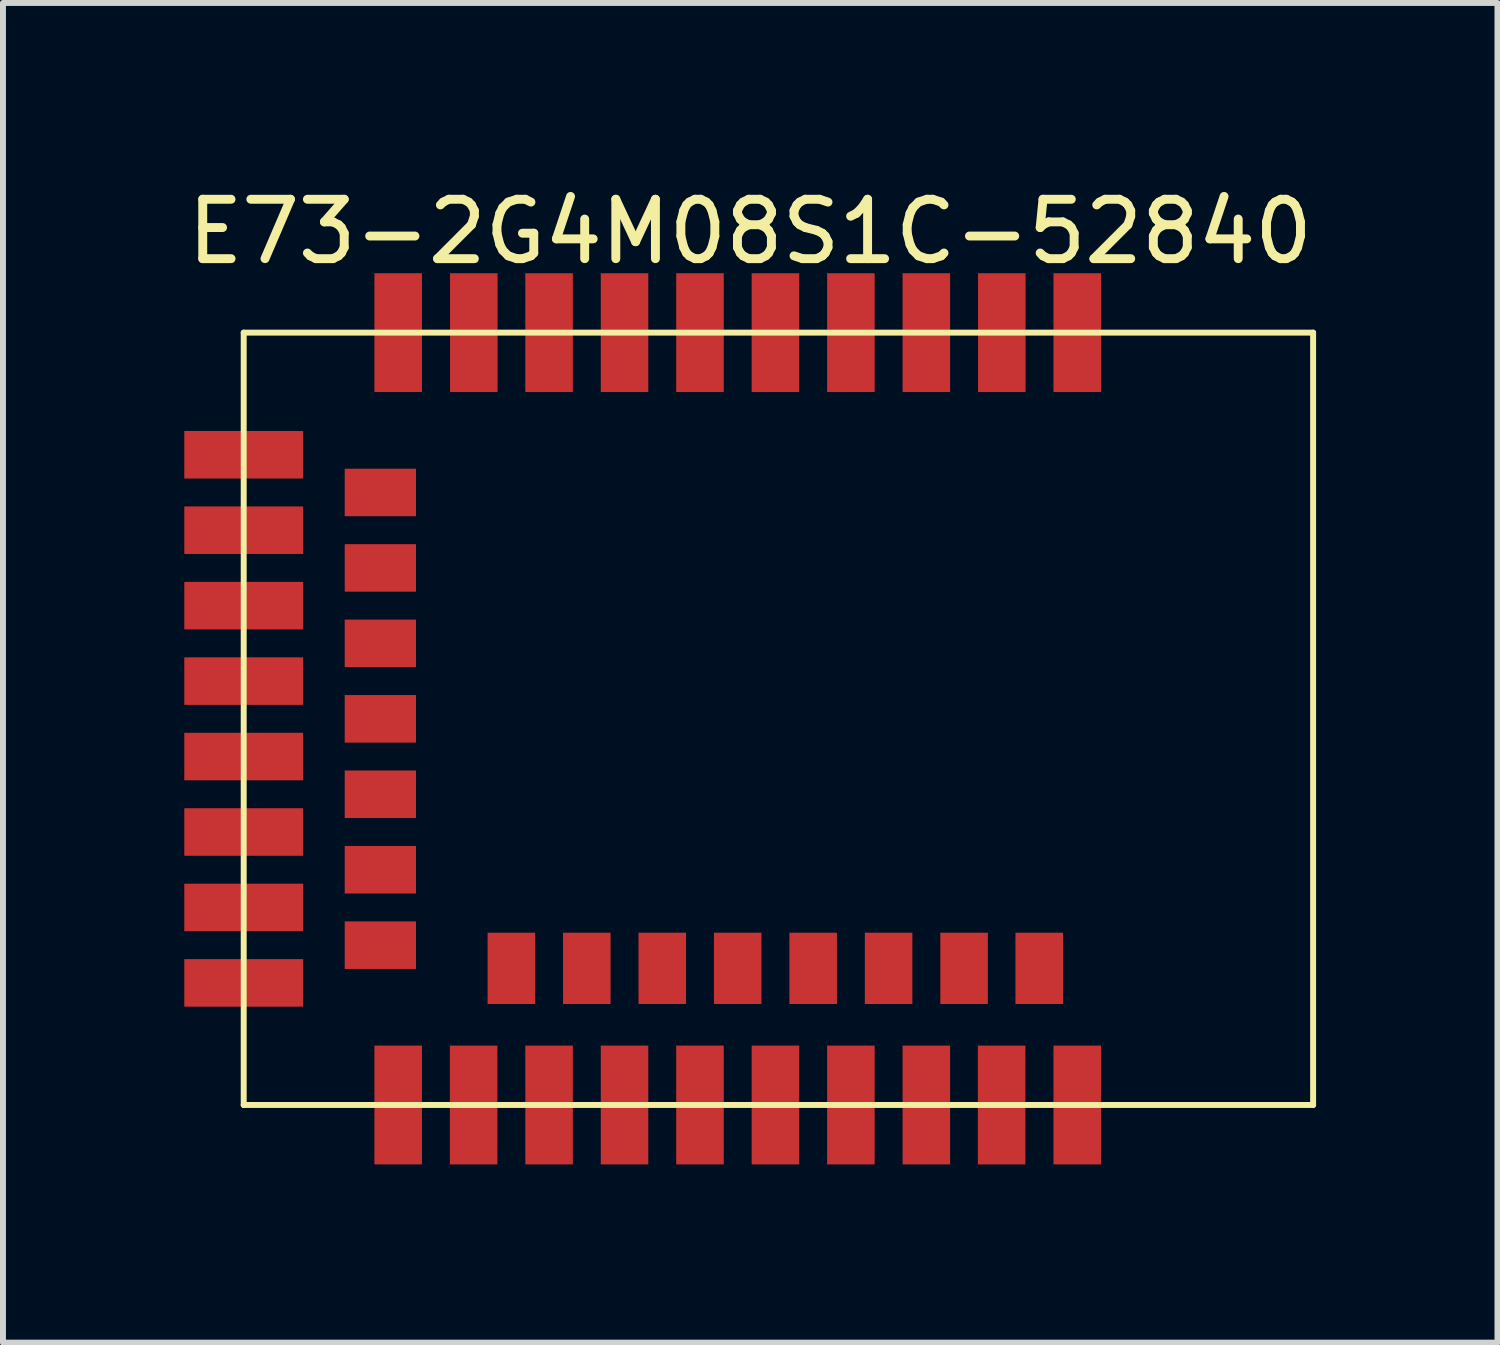
<source format=kicad_pcb>
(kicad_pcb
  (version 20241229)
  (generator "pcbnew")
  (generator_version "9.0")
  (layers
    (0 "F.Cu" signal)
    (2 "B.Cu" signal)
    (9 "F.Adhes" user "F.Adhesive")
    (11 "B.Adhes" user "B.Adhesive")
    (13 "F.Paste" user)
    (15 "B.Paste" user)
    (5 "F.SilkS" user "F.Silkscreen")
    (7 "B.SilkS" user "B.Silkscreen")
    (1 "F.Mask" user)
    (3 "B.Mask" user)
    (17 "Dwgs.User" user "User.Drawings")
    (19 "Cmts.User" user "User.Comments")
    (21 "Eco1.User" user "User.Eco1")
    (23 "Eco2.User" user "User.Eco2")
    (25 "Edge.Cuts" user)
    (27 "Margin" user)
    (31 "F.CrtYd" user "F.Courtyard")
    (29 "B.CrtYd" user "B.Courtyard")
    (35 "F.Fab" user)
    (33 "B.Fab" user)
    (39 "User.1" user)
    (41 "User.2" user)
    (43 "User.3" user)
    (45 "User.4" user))
  (footprint "E73-2G4M08S1C-52840"
    (layer "F.Cu")
    (at 10.052 9.049)
    (property "Reference" "E73-2G4M08S1C-52840" (at -0.475 -8.2 0) (layer "F.SilkS") (effects (font (size 1 1) (thickness 0.15))))
    (fp_line (start -9 -6.5) (end 9 -6.5) (stroke (width 0.1) (type solid)) (layer "F.SilkS"))
    (fp_line (start -9 6.5) (end -9 -6.5) (stroke (width 0.1) (type solid)) (layer "F.SilkS"))
    (fp_line (start -9 6.5) (end 9 6.5) (stroke (width 0.1) (type solid)) (layer "F.SilkS"))
    (fp_line (start 9 6.5) (end 9 -6.5) (stroke (width 0.1) (type solid)) (layer "F.SilkS"))
    (pad "1" smd rect (at 5.03 -6.5 270) (size 2 0.8) (layers "F.Cu" "F.Mask" "F.Paste"))
    (pad "2" smd rect (at 3.76 -6.5 270) (size 2 0.8) (layers "F.Cu" "F.Mask" "F.Paste"))
    (pad "3" smd rect (at 2.49 -6.5 270) (size 2 0.8) (layers "F.Cu" "F.Mask" "F.Paste"))
    (pad "4" smd rect (at 1.22 -6.5 270) (size 2 0.8) (layers "F.Cu" "F.Mask" "F.Paste"))
    (pad "5" smd rect (at -0.05 -6.5 270) (size 2 0.8) (layers "F.Cu" "F.Mask" "F.Paste"))
    (pad "6" smd rect (at -1.32 -6.5 270) (size 2 0.8) (layers "F.Cu" "F.Mask" "F.Paste"))
    (pad "7" smd rect (at -2.59 -6.5 270) (size 2 0.8) (layers "F.Cu" "F.Mask" "F.Paste"))
    (pad "8" smd rect (at -3.86 -6.5 270) (size 2 0.8) (layers "F.Cu" "F.Mask" "F.Paste"))
    (pad "9" smd rect (at -5.127 -6.5 270) (size 2 0.8) (layers "F.Cu" "F.Mask" "F.Paste"))
    (pad "10" smd rect (at -6.4 -6.5 270) (size 2 0.8) (layers "F.Cu" "F.Mask" "F.Paste"))
    (pad "11" smd rect (at -9 -4.445) (size 2 0.8) (layers "F.Cu" "F.Mask" "F.Paste"))
    (pad "12" smd rect (at -6.7 -3.81) (size 1.2 0.8) (layers "F.Cu" "F.Mask" "F.Paste"))
    (pad "13" smd rect (at -9 -3.175) (size 2 0.8) (layers "F.Cu" "F.Mask" "F.Paste"))
    (pad "14" smd rect (at -6.7 -2.54) (size 1.2 0.8) (layers "F.Cu" "F.Mask" "F.Paste"))
    (pad "15" smd rect (at -9 -1.905) (size 2 0.8) (layers "F.Cu" "F.Mask" "F.Paste"))
    (pad "16" smd rect (at -6.7 -1.27) (size 1.2 0.8) (layers "F.Cu" "F.Mask" "F.Paste"))
    (pad "17" smd rect (at -9 -0.635) (size 2 0.8) (layers "F.Cu" "F.Mask" "F.Paste"))
    (pad "18" smd rect (at -6.7 0.00025) (size 1.2 0.8) (layers "F.Cu" "F.Mask" "F.Paste"))
    (pad "19" smd rect (at -9 0.635) (size 2 0.8) (layers "F.Cu" "F.Mask" "F.Paste"))
    (pad "20" smd rect (at -6.7 1.27) (size 1.2 0.8) (layers "F.Cu" "F.Mask" "F.Paste"))
    (pad "21" smd rect (at -9 1.905) (size 2 0.8) (layers "F.Cu" "F.Mask" "F.Paste"))
    (pad "22" smd rect (at -6.7 2.54) (size 1.2 0.8) (layers "F.Cu" "F.Mask" "F.Paste"))
    (pad "23" smd rect (at -9 3.175) (size 2 0.8) (layers "F.Cu" "F.Mask" "F.Paste"))
    (pad "24" smd rect (at -6.7 3.81) (size 1.2 0.8) (layers "F.Cu" "F.Mask" "F.Paste"))
    (pad "25" smd rect (at -9 4.445) (size 2 0.8) (layers "F.Cu" "F.Mask" "F.Paste"))
    (pad "26" smd rect (at -6.4 6.5 90) (size 2 0.8) (layers "F.Cu" "F.Mask" "F.Paste"))
    (pad "27" smd rect (at -5.13 6.5 90) (size 2 0.8) (layers "F.Cu" "F.Mask" "F.Paste"))
    (pad "28" smd rect (at -4.495 4.2 270) (size 1.2 0.8) (layers "F.Cu" "F.Mask" "F.Paste"))
    (pad "29" smd rect (at -3.86 6.5 90) (size 2 0.8) (layers "F.Cu" "F.Mask" "F.Paste"))
    (pad "30" smd rect (at -3.225 4.2 270) (size 1.2 0.8) (layers "F.Cu" "F.Mask" "F.Paste"))
    (pad "31" smd rect (at -2.59 6.5 90) (size 2 0.8) (layers "F.Cu" "F.Mask" "F.Paste"))
    (pad "32" smd rect (at -1.955 4.2 270) (size 1.2 0.8) (layers "F.Cu" "F.Mask" "F.Paste"))
    (pad "33" smd rect (at -1.32 6.5 90) (size 2 0.8) (layers "F.Cu" "F.Mask" "F.Paste"))
    (pad "34" smd rect (at -0.685 4.2 270) (size 1.2 0.8) (layers "F.Cu" "F.Mask" "F.Paste"))
    (pad "35" smd rect (at -0.05 6.5 90) (size 2 0.8) (layers "F.Cu" "F.Mask" "F.Paste"))
    (pad "36" smd rect (at 0.585 4.2 270) (size 1.2 0.8) (layers "F.Cu" "F.Mask" "F.Paste"))
    (pad "37" smd rect (at 1.22 6.5 90) (size 2 0.8) (layers "F.Cu" "F.Mask" "F.Paste"))
    (pad "38" smd rect (at 1.855 4.2 270) (size 1.2 0.8) (layers "F.Cu" "F.Mask" "F.Paste"))
    (pad "39" smd rect (at 2.49 6.5 90) (size 2 0.8) (layers "F.Cu" "F.Mask" "F.Paste"))
    (pad "40" smd rect (at 3.125 4.2 270) (size 1.2 0.8) (layers "F.Cu" "F.Mask" "F.Paste"))
    (pad "41" smd rect (at 3.757 6.5 90) (size 2 0.8) (layers "F.Cu" "F.Mask" "F.Paste"))
    (pad "42" smd rect (at 4.39 4.2 270) (size 1.2 0.8) (layers "F.Cu" "F.Mask" "F.Paste"))
    (pad "43" smd rect (at 5.03 6.5 90) (size 2 0.8) (layers "F.Cu" "F.Mask" "F.Paste")))
  (gr_rect
    (start -3 -3)
    (end 22.155 19.549)
    (stroke (width 0.1) (type default))
    (fill no)
    (layer "Edge.Cuts")))
</source>
